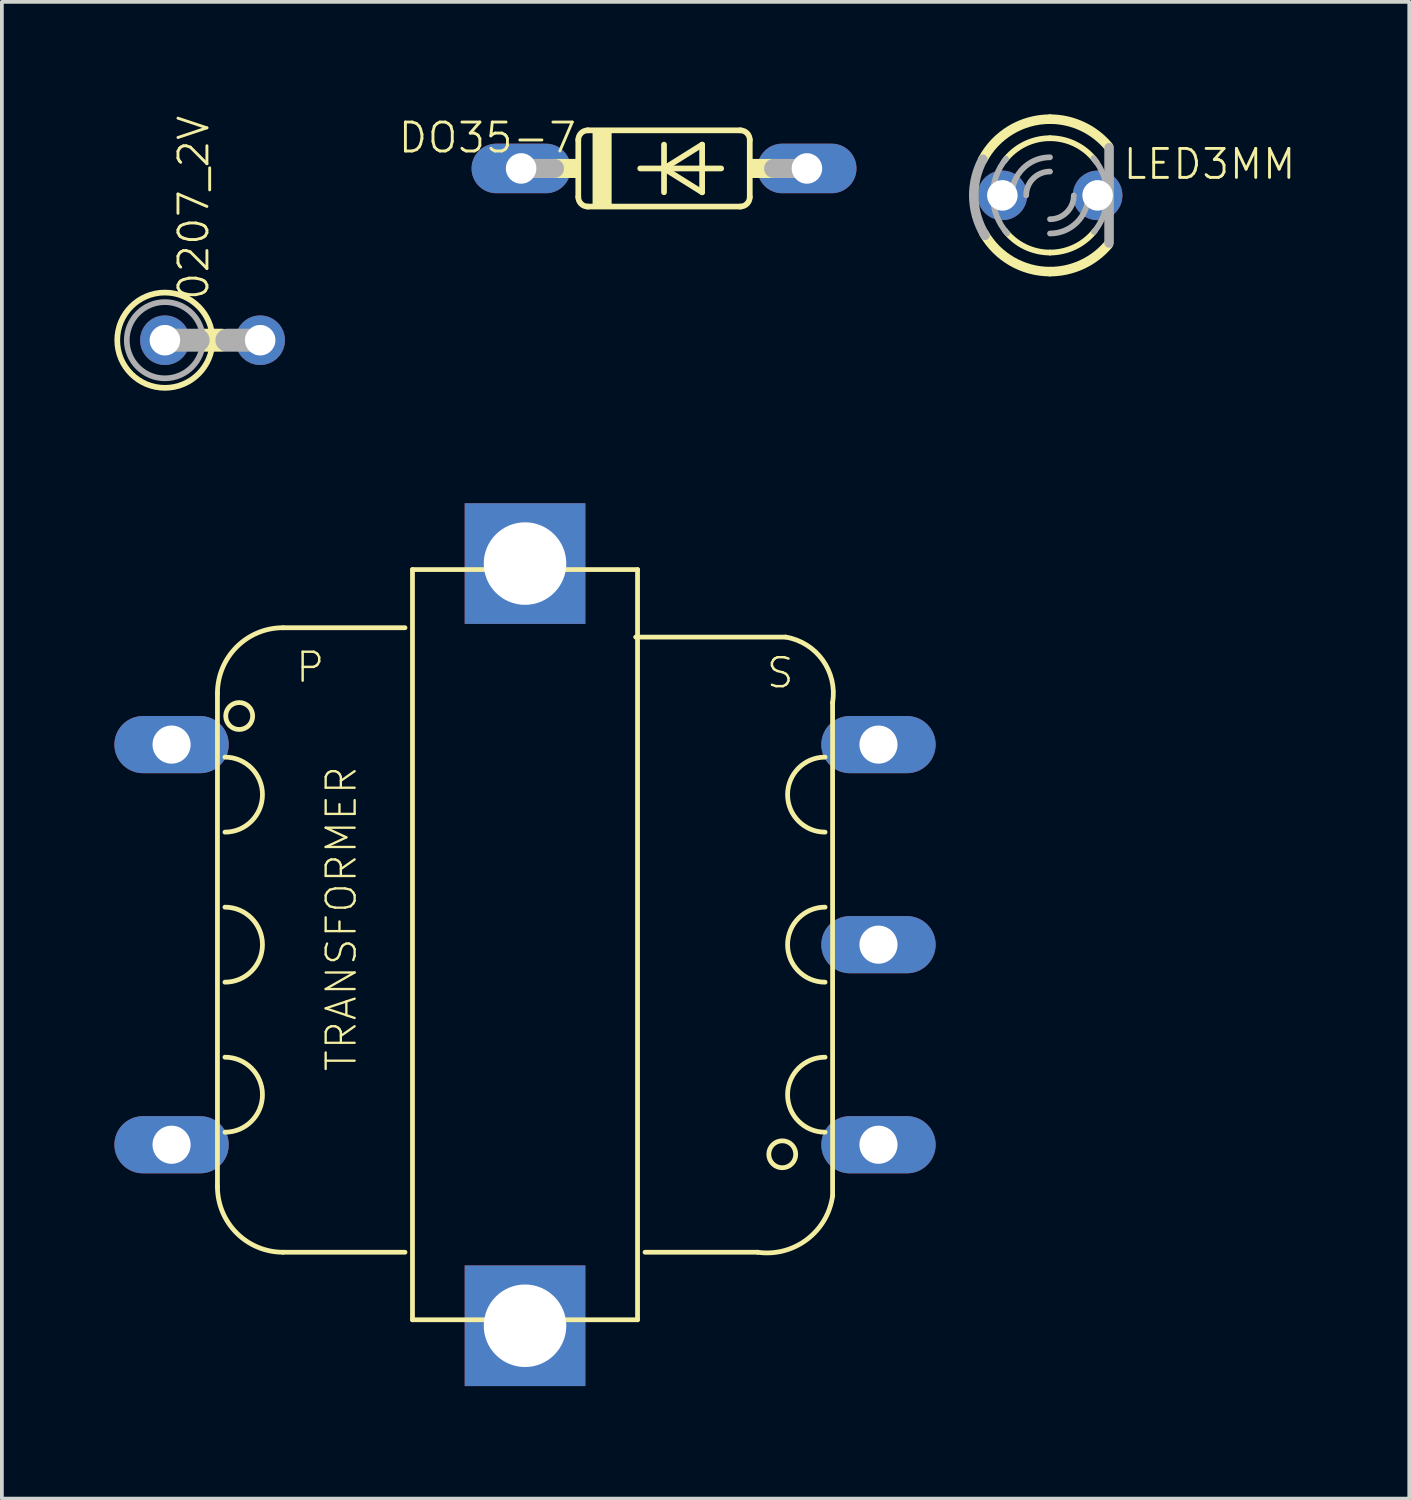
<source format=kicad_pcb>
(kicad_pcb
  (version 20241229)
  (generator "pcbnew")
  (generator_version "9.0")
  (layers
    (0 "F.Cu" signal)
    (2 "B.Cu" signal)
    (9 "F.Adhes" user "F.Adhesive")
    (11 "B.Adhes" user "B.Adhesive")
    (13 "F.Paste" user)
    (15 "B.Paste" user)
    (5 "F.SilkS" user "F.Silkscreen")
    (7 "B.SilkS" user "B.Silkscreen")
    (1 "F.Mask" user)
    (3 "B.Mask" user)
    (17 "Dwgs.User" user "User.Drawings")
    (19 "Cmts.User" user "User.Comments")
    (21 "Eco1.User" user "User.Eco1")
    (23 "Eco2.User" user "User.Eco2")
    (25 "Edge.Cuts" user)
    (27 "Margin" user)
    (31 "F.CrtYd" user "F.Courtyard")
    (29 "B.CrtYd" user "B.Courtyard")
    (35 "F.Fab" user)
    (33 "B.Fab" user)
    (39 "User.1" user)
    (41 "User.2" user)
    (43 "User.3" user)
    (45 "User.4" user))
  (footprint "LED3MM"
    (layer "F.Cu")
    (at 24.943 2.159)
    (property "Reference" "LED3MM" (at 1.905 -0.381 0) (layer "F.SilkS") (effects (font (size 0.772 0.772) (thickness 0.077)) (justify left bottom)))
    (attr through_hole)
    (fp_arc (start -1.7929 -0.9562) (mid -1.045438 -1.7424) (end 0 -2.032) (stroke (width 0.254) (type solid)) (layer "F.SilkS"))
    (fp_arc (start -1.2192 -0.9144) (mid -0.681554 -1.363107) (end 0 -1.524) (stroke (width 0.1524) (type solid)) (layer "F.SilkS"))
    (fp_arc (start 0 -2.032) (mid 0.861864 -1.840173) (end 1.561 -1.3009) (stroke (width 0.254) (type solid)) (layer "F.SilkS"))
    (fp_arc (start 0 -1.524) (mid 0.697339 -1.355082) (end 1.2401 -0.885801) (stroke (width 0.1524) (type solid)) (layer "F.SilkS"))
    (fp_arc (start 0 1.524) (mid -0.669593 1.369018) (end -1.203 0.9356) (stroke (width 0.1524) (type solid)) (layer "F.SilkS"))
    (fp_arc (start 0 2.032) (mid -1.019924 1.757525) (end -1.7643 1.0082) (stroke (width 0.254) (type solid)) (layer "F.SilkS"))
    (fp_arc (start 1.203 0.9356) (mid 0.669593 1.369018) (end 0 1.524) (stroke (width 0.1524) (type solid)) (layer "F.SilkS"))
    (fp_arc (start 1.5512 1.3126) (mid 0.854953 1.843405) (end 0 2.032) (stroke (width 0.254) (type solid)) (layer "F.SilkS"))
    (fp_line (start 1.575 1.27) (end 1.575 -1.27) (stroke (width 0.254) (type solid)) (layer "F.Fab"))
    (fp_arc (start -2.032 0) (mid -1.970339 -0.496775) (end -1.7891 -0.9634) (stroke (width 0.254) (type solid)) (layer "F.Fab"))
    (fp_arc (start -1.7306 1.065) (mid -1.95521 0.553417) (end -2.032 0) (stroke (width 0.254) (type solid)) (layer "F.Fab"))
    (fp_arc (start -1.524 0) (mid -1.432981 -0.518783) (end -1.1708 -0.9756) (stroke (width 0.1524) (type solid)) (layer "F.Fab"))
    (fp_arc (start -1.1391 1.0125) (mid -1.42454 0.5416) (end -1.524 0) (stroke (width 0.1524) (type solid)) (layer "F.Fab"))
    (fp_arc (start -1.016 0) (mid -0.71842 -0.71842) (end 0 -1.016) (stroke (width 0.1524) (type solid)) (layer "F.Fab"))
    (fp_arc (start -0.635 0) (mid -0.449013 -0.449013) (end 0 -0.635) (stroke (width 0.1524) (type solid)) (layer "F.Fab"))
    (fp_arc (start 0.635 0) (mid 0.449013 0.449013) (end 0 0.635) (stroke (width 0.1524) (type solid)) (layer "F.Fab"))
    (fp_arc (start 1.016 0) (mid 0.71842 0.71842) (end 0 1.016) (stroke (width 0.1524) (type solid)) (layer "F.Fab"))
    (fp_arc (start 1.1571 -0.9918) (mid 1.429332 -0.528744) (end 1.524 0) (stroke (width 0.1524) (type solid)) (layer "F.Fab"))
    (fp_arc (start 1.524 0) (mid 1.432981 0.518783) (end 1.1708 0.9756) (stroke (width 0.1524) (type solid)) (layer "F.Fab"))
    (pad "A" thru_hole circle (at -1.27 0) (size 1.321 1.321) (drill 0.813) (layers "*.Cu" "*.Mask"))
    (pad "K" thru_hole circle (at 1.27 0) (size 1.321 1.321) (drill 0.813) (layers "*.Cu" "*.Mask")))
  (footprint "DO35-7"
    (layer "F.Cu")
    (at 14.653 1.441)
    (property "Reference" "DO35-7" (at -2.286 -1.27 180) (layer "F.SilkS") (effects (font (size 0.772 0.772) (thickness 0.077)) (justify right top)))
    (attr through_hole)
    (fp_line (start -2.286 -0.762) (end -2.286 0.762) (stroke (width 0.152) (type solid)) (layer "F.SilkS"))
    (fp_line (start -2.032 -1.016) (end 2.032 -1.016) (stroke (width 0.152) (type solid)) (layer "F.SilkS"))
    (fp_line (start -2.032 1.016) (end 2.032 1.016) (stroke (width 0.152) (type solid)) (layer "F.SilkS"))
    (fp_line (start -0.635 0) (end 0 0) (stroke (width 0.152) (type solid)) (layer "F.SilkS"))
    (fp_line (start 0 -0.635) (end 0 0) (stroke (width 0.152) (type solid)) (layer "F.SilkS"))
    (fp_line (start 0 0) (end 0 0.635) (stroke (width 0.152) (type solid)) (layer "F.SilkS"))
    (fp_line (start 0 0) (end 1.016 -0.635) (stroke (width 0.152) (type solid)) (layer "F.SilkS"))
    (fp_line (start 0 0) (end 1.524 0) (stroke (width 0.152) (type solid)) (layer "F.SilkS"))
    (fp_line (start 1.016 -0.635) (end 1.016 0.635) (stroke (width 0.152) (type solid)) (layer "F.SilkS"))
    (fp_line (start 1.016 0.635) (end 0 0) (stroke (width 0.152) (type solid)) (layer "F.SilkS"))
    (fp_line (start 2.286 -0.762) (end 2.286 0.762) (stroke (width 0.152) (type solid)) (layer "F.SilkS"))
    (fp_arc (start -2.286 -0.762) (mid -2.211605 -0.941605) (end -2.032 -1.016) (stroke (width 0.1524) (type solid)) (layer "F.SilkS"))
    (fp_arc (start -2.032 1.016) (mid -2.211605 0.941605) (end -2.286 0.762) (stroke (width 0.1524) (type solid)) (layer "F.SilkS"))
    (fp_arc (start 2.032 -1.016) (mid 2.211605 -0.941605) (end 2.286 -0.762) (stroke (width 0.1524) (type solid)) (layer "F.SilkS"))
    (fp_arc (start 2.286 0.762) (mid 2.211605 0.941605) (end 2.032 1.016) (stroke (width 0.1524) (type solid)) (layer "F.SilkS"))
    (fp_poly (pts (xy -2.921 0.254) (xy -2.286 0.254) (xy -2.286 -0.254) (xy -2.921 -0.254)) (stroke (width 0) (type solid)) (fill yes) (layer "F.SilkS"))
    (fp_poly (pts (xy -1.905 1.016) (xy -1.397 1.016) (xy -1.397 -1.016) (xy -1.905 -1.016)) (stroke (width 0) (type solid)) (fill yes) (layer "F.SilkS"))
    (fp_poly (pts (xy 2.286 0.254) (xy 2.921 0.254) (xy 2.921 -0.254) (xy 2.286 -0.254)) (stroke (width 0) (type solid)) (fill yes) (layer "F.SilkS"))
    (fp_line (start -3.81 0) (end -2.921 0) (stroke (width 0.508) (type solid)) (layer "F.Fab"))
    (fp_line (start 3.81 0) (end 2.921 0) (stroke (width 0.508) (type solid)) (layer "F.Fab"))
    (pad "A" thru_hole oval (at 3.81 0) (size 2.642 1.321) (drill 0.813) (layers "*.Cu" "*.Mask"))
    (pad "C" thru_hole oval (at -3.81 0) (size 2.642 1.321) (drill 0.813) (layers "*.Cu" "*.Mask")))
  (footprint "TRANSFORMER"
    (layer "F.Cu")
    (at 10.947 22.135)
    (property "Reference" "TRANSFORMER" (at -4.445 3.429 90) (layer "F.SilkS") (effects (font (size 0.772 0.772) (thickness 0.062)) (justify left bottom)))
    (attr through_hole)
    (fp_line (start -8.2 -6.7) (end -8.2 6.45) (stroke (width 0.127) (type solid)) (layer "F.SilkS"))
    (fp_line (start -3.2 -8.45) (end -6.45 -8.45) (stroke (width 0.127) (type solid)) (layer "F.SilkS"))
    (fp_line (start -3.2 8.2) (end -6.45 8.2) (stroke (width 0.127) (type solid)) (layer "F.SilkS"))
    (fp_line (start -3 -10) (end 3 -10) (stroke (width 0.127) (type solid)) (layer "F.SilkS"))
    (fp_line (start -3 10) (end -3 -10) (stroke (width 0.127) (type solid)) (layer "F.SilkS"))
    (fp_line (start 3 -10) (end 3 10) (stroke (width 0.127) (type solid)) (layer "F.SilkS"))
    (fp_line (start 3 10) (end -3 10) (stroke (width 0.127) (type solid)) (layer "F.SilkS"))
    (fp_line (start 3.2 8.2) (end 6.2 8.2) (stroke (width 0.127) (type solid)) (layer "F.SilkS"))
    (fp_line (start 6.95 -8.2) (end 2.95 -8.2) (stroke (width 0.127) (type solid)) (layer "F.SilkS"))
    (fp_line (start 8.2 6.7) (end 8.2 -6.45) (stroke (width 0.127) (type solid)) (layer "F.SilkS"))
    (fp_arc (start -8.2 -6.7) (mid -7.687437 -7.937437) (end -6.45 -8.45) (stroke (width 0.127) (type solid)) (layer "F.SilkS"))
    (fp_arc (start -8 -5) (mid -7 -4) (end -8 -3) (stroke (width 0.127) (type solid)) (layer "F.SilkS"))
    (fp_arc (start -8 -1) (mid -7 0) (end -8 1) (stroke (width 0.127) (type solid)) (layer "F.SilkS"))
    (fp_arc (start -8 3) (mid -7 4) (end -8 5) (stroke (width 0.127) (type solid)) (layer "F.SilkS"))
    (fp_arc (start -6.45 8.2) (mid -7.687437 7.687437) (end -8.2 6.45) (stroke (width 0.127) (type solid)) (layer "F.SilkS"))
    (fp_arc (start 6.95 -8.2) (mid 7.937437 -7.583883) (end 8.2 -6.45) (stroke (width 0.127) (type solid)) (layer "F.SilkS"))
    (fp_arc (start 8 -3) (mid 7 -4) (end 8 -5) (stroke (width 0.127) (type solid)) (layer "F.SilkS"))
    (fp_arc (start 8 1) (mid 7 0) (end 8 -1) (stroke (width 0.127) (type solid)) (layer "F.SilkS"))
    (fp_arc (start 8 5) (mid 7 4) (end 8 3) (stroke (width 0.127) (type solid)) (layer "F.SilkS"))
    (fp_arc (start 8.2 6.7) (mid 7.51066 7.864214) (end 6.2 8.2) (stroke (width 0.127) (type solid)) (layer "F.SilkS"))
    (fp_circle (center -7.62 -6.096) (end -7.261 -6.096) (stroke (width 0.127) (type solid)) (fill no) (layer "F.SilkS"))
    (fp_circle (center 6.858 5.588) (end 7.217 5.588) (stroke (width 0.127) (type solid)) (fill no) (layer "F.SilkS"))
    (fp_text user "P" (at -6.155 -6.94 0) (layer "F.SilkS") (effects (font (size 0.772 0.772) (thickness 0.065)) (justify left bottom)))
    (fp_text user "S" (at 6.393 -6.794 0) (layer "F.SilkS") (effects (font (size 0.772 0.772) (thickness 0.065)) (justify left bottom)))
    (pad "1" thru_hole oval (at -9.423 5.334) (size 3.048 1.524) (drill 1.016) (layers "*.Cu" "*.Mask"))
    (pad "2" thru_hole oval (at -9.423 -5.334) (size 3.048 1.524) (drill 1.016) (layers "*.Cu" "*.Mask"))
    (pad "3" thru_hole oval (at 9.423 -5.334) (size 3.048 1.524) (drill 1.016) (layers "*.Cu" "*.Mask"))
    (pad "4" thru_hole oval (at 9.423 0) (size 3.048 1.524) (drill 1.016) (layers "*.Cu" "*.Mask"))
    (pad "5" thru_hole oval (at 9.423 5.334) (size 3.048 1.524) (drill 1.016) (layers "*.Cu" "*.Mask"))
    (pad "NC1" thru_hole rect (at 0 -10.16) (size 3.216 3.216) (drill 2.2) (layers "*.Cu" "*.Mask"))
    (pad "NC2" thru_hole rect (at 0 10.16) (size 3.216 3.216) (drill 2.2) (layers "*.Cu" "*.Mask")))
  (footprint "0207_2V"
    (layer "F.Cu")
    (at 2.616 6.02)
    (property "Reference" "0207_2V" (at -0.051 -1.016 90) (layer "F.SilkS") (effects (font (size 0.772 0.772) (thickness 0.077)) (justify left bottom)))
    (attr through_hole)
    (fp_line (start -0.254 0) (end 0.254 0) (stroke (width 0.61) (type solid)) (layer "F.SilkS"))
    (fp_circle (center -1.27 0) (end 0 0) (stroke (width 0.152) (type solid)) (fill no) (layer "F.SilkS"))
    (fp_line (start -1.27 0) (end -0.381 0) (stroke (width 0.61) (type solid)) (layer "F.Fab"))
    (fp_line (start 0.381 0) (end 1.27 0) (stroke (width 0.61) (type solid)) (layer "F.Fab"))
    (fp_circle (center -1.27 0) (end -0.254 0) (stroke (width 0.152) (type solid)) (fill no) (layer "F.Fab"))
    (pad "1" thru_hole circle (at -1.27 0) (size 1.321 1.321) (drill 0.813) (layers "*.Cu" "*.Mask"))
    (pad "2" thru_hole circle (at 1.27 0) (size 1.321 1.321) (drill 0.813) (layers "*.Cu" "*.Mask")))
  (gr_rect
    (start -3 -3)
    (end 34.521 36.903)
    (stroke (width 0.1) (type default))
    (fill no)
    (layer "Edge.Cuts")))
</source>
